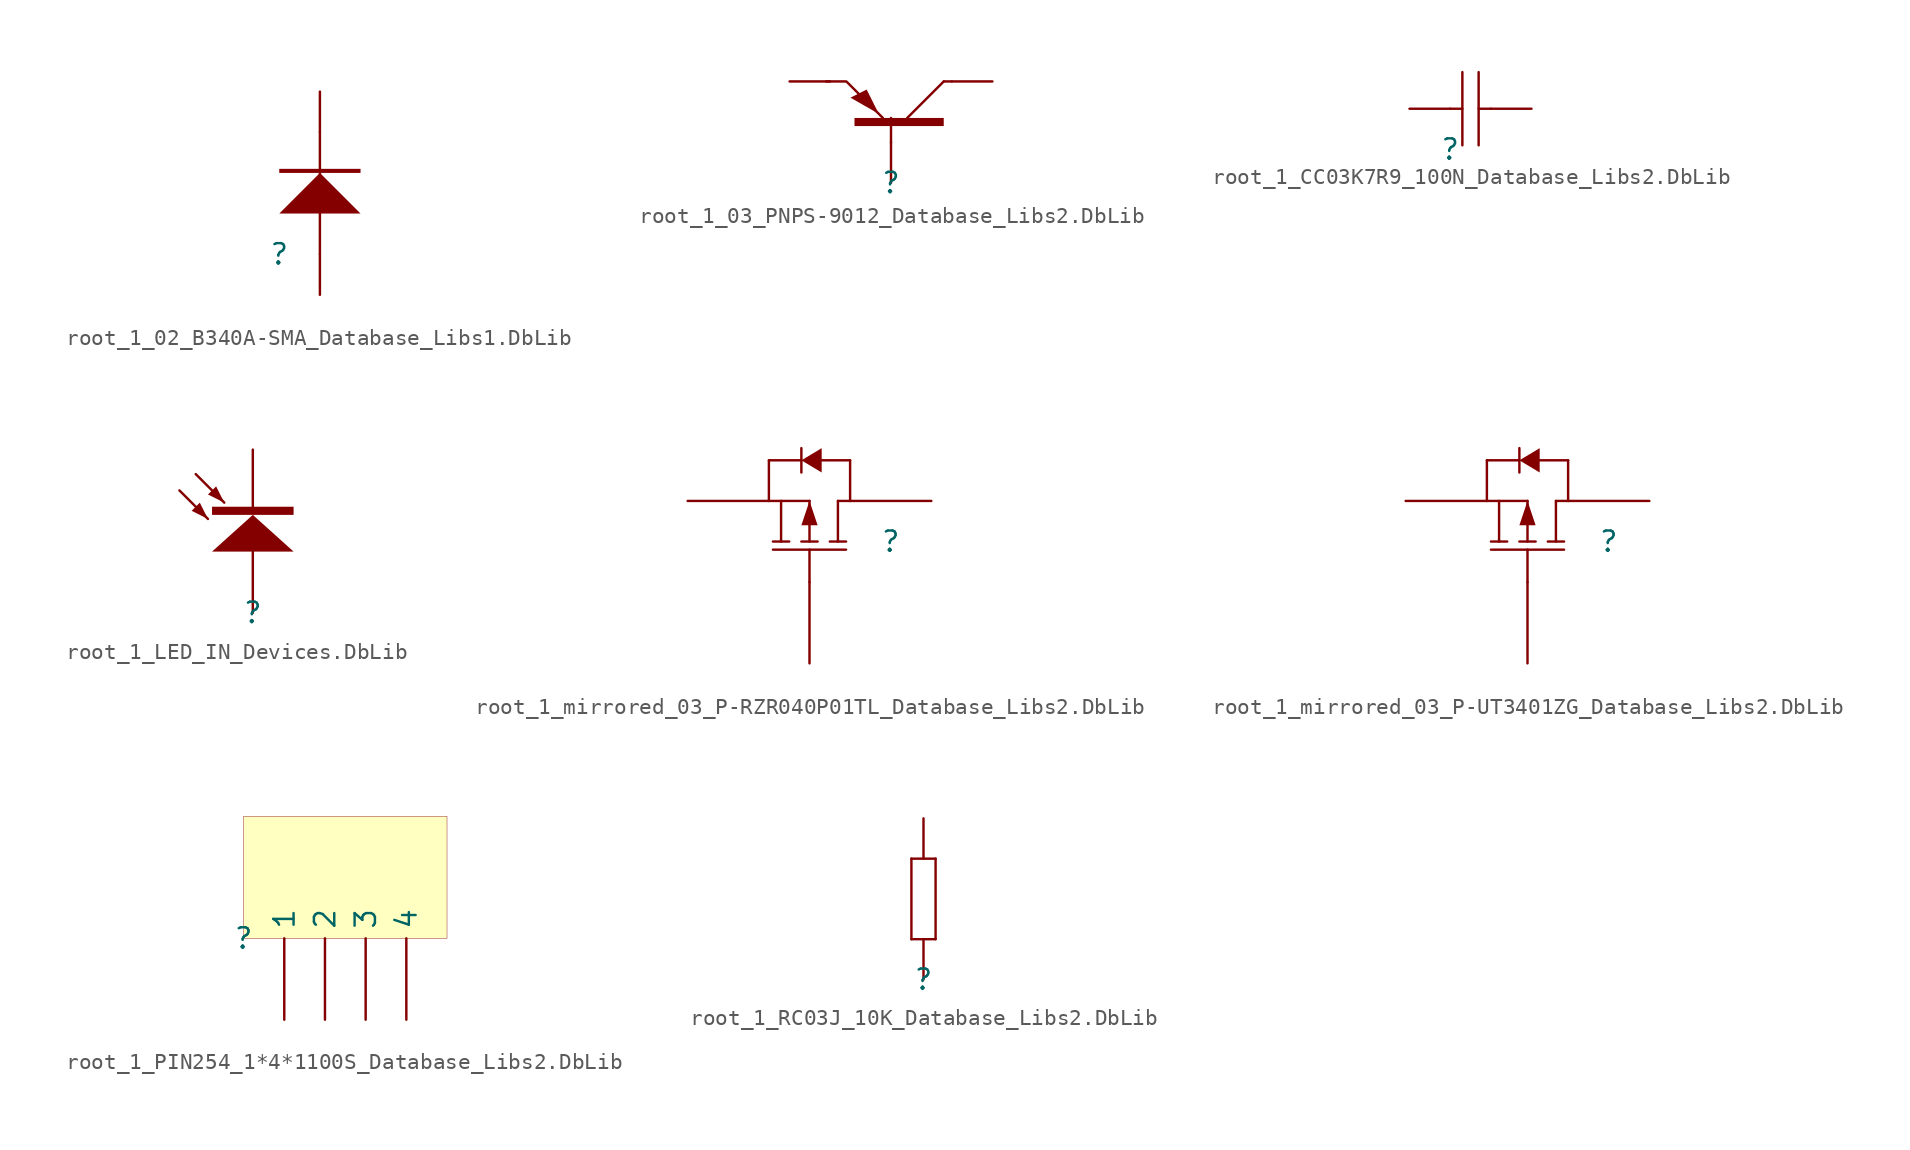
<source format=kicad_sym>
(kicad_symbol_lib
  (version 20241209)
  (generator "kicad_symbol_editor")
  (generator_version "9.0")
  (symbol "root_1_02_B340A-SMA_Database_Libs1.DbLib"
    (pin_numbers
      (hide yes))
    (pin_names
      (hide yes))
    (property "Reference" ""
      (at 0 0 0)
      (effects (font (size 1.27 1.27))))
    (property "Value" ""
      (at 0 0 0)
      (effects (font (size 1.27 1.27))))
    (symbol "root_1_02_B340A-SMA_Database_Libs1.DbLib_1_0"
      (polyline (pts (xy 0 2.54) (xy 2.54 5.08) (xy 5.08 2.54) (xy 0 2.54)) (stroke (width -0.0001) (type solid)) (fill (type outline)))
      (polyline (pts (xy 2.54 0) (xy 2.54 7.62)) (stroke (width 0) (type solid)) (fill (type none)))
      (polyline (pts (xy 5.08 5.08) (xy 5.08 5.334) (xy 0 5.334) (xy 0 5.08) (xy 5.08 5.08)) (stroke (width -0.0001) (type solid)) (fill (type outline)))
      (pin passive line (at 2.54 10.16 270) (length 2.54) (name "2" (effects (font (size 1.27 1.27)))) (number "2" (effects (font (size 1.27 1.27)))))
      (pin passive line (at 2.54 -2.54 90) (length 2.54) (name "1" (effects (font (size 1.27 1.27)))) (number "1" (effects (font (size 1.27 1.27)))))))
  (symbol "root_1_03_PNPS-9012_Database_Libs2.DbLib"
    (pin_numbers
      (hide yes))
    (pin_names
      (hide yes))
    (property "Reference" ""
      (at 0 0 0)
      (effects (font (size 1.27 1.27))))
    (property "Value" ""
      (at 0 0 0)
      (effects (font (size 1.27 1.27))))
    (symbol "root_1_03_PNPS-9012_Database_Libs2.DbLib_1_0"
      (polyline (pts (xy -0.762 4.318) (xy -2.54 5.334) (xy -1.524 5.842) (xy -0.762 4.318)) (stroke (width -0.0001) (type solid)) (fill (type outline)))
      (polyline (pts (xy -0.508 4.064) (xy -2.794 6.35) (xy -4.064 6.35)) (stroke (width 0) (type solid)) (fill (type none)))
      (polyline (pts (xy 0 2.54) (xy 0 4.064)) (stroke (width 0) (type solid)) (fill (type none)))
      (polyline (pts (xy 1.016 4.064) (xy 3.302 6.35)) (stroke (width 0) (type solid)) (fill (type none)))
      (polyline (pts (xy 3.302 6.35) (xy 3.81 6.35)) (stroke (width 0) (type solid)) (fill (type none)))
      (polyline (pts (xy 3.302 4.064) (xy 3.302 3.556) (xy -2.286 3.556) (xy -2.286 4.064) (xy 3.302 4.064)) (stroke (width -0.0001) (type solid)) (fill (type outline)))
      (pin passive line (at -6.35 6.35 0) (length 2.54) (name "E" (effects (font (size 1.27 1.27)))) (number "2" (effects (font (size 1.27 1.27)))))
      (pin passive line (at 0 0 90) (length 2.54) (name "B" (effects (font (size 1.27 1.27)))) (number "1" (effects (font (size 1.27 1.27)))))
      (pin passive line (at 6.35 6.35 180) (length 2.54) (name "C" (effects (font (size 1.27 1.27)))) (number "3" (effects (font (size 1.27 1.27)))))))
  (symbol "root_1_CC03K7R9_100N_Database_Libs2.DbLib"
    (pin_numbers
      (hide yes))
    (pin_names
      (hide yes))
    (property "Reference" ""
      (at 0 0 0)
      (effects (font (size 1.27 1.27))))
    (property "Value" ""
      (at 0 0 0)
      (effects (font (size 1.27 1.27))))
    (symbol "root_1_CC03K7R9_100N_Database_Libs2.DbLib_1_0"
      (polyline (pts (xy 0 2.54) (xy 0.762 2.54)) (stroke (width 0) (type solid)) (fill (type none)))
      (polyline (pts (xy 0.762 0.254) (xy 0.762 4.826)) (stroke (width 0) (type solid)) (fill (type none)))
      (polyline (pts (xy 1.778 2.54) (xy 2.54 2.54)) (stroke (width 0) (type solid)) (fill (type none)))
      (polyline (pts (xy 1.778 0.254) (xy 1.778 4.826)) (stroke (width 0) (type solid)) (fill (type none)))
      (pin passive line (at -2.54 2.54 0) (length 2.54) (name "1" (effects (font (size 1.27 1.27)))) (number "1" (effects (font (size 1.27 1.27)))))
      (pin passive line (at 5.08 2.54 180) (length 2.54) (name "2" (effects (font (size 1.27 1.27)))) (number "2" (effects (font (size 1.27 1.27)))))))
  (symbol "root_1_LED_IN_Devices.DbLib"
    (pin_numbers
      (hide yes))
    (pin_names
      (hide yes))
    (property "Reference" ""
      (at 0 0 0)
      (effects (font (size 1.27 1.27))))
    (property "Value" ""
      (at 0 0 0)
      (effects (font (size 1.27 1.27))))
    (symbol "root_1_LED_IN_Devices.DbLib_1_0"
      (polyline (pts (xy -4.572 7.62) (xy -2.794 5.842)) (stroke (width 0) (type solid)) (fill (type none)))
      (polyline (pts (xy -3.556 8.636) (xy -1.778 6.858)) (stroke (width 0) (type solid)) (fill (type none)))
      (polyline (pts (xy -2.794 5.842) (xy -3.302 6.858) (xy -3.81 6.35) (xy -2.794 5.842)) (stroke (width -0.0001) (type solid)) (fill (type outline)))
      (polyline (pts (xy -1.778 6.858) (xy -2.286 7.874) (xy -2.794 7.366) (xy -1.778 6.858)) (stroke (width -0.0001) (type solid)) (fill (type outline)))
      (rectangle (start 2.54 6.604) (end -2.54 6.096) (stroke (width -0.0001) (type solid)) (fill (type outline)))
      (polyline (pts (xy 2.54 3.81) (xy 0 6.096) (xy -2.54 3.81) (xy 2.54 3.81)) (stroke (width -0.0001) (type solid)) (fill (type outline)))
      (pin passive line (at 0 10.16 270) (length 3.81) (name "K" (effects (font (size 1.27 1.27)))) (number "2" (effects (font (size 1.27 1.27)))))
      (pin passive line (at 0 0 90) (length 3.81) (name "A" (effects (font (size 1.27 1.27)))) (number "1" (effects (font (size 1.27 1.27)))))))
  (symbol "root_1_mirrored_03_P-RZR040P01TL_Database_Libs2.DbLib"
    (pin_numbers
      (hide yes))
    (pin_names
      (hide yes))
    (property "Reference" ""
      (at 0 0 0)
      (effects (font (size 1.27 1.27))))
    (property "Value" ""
      (at 0 0 0)
      (effects (font (size 1.27 1.27))))
    (symbol "root_1_mirrored_03_P-RZR040P01TL_Database_Libs2.DbLib_1_0"
      (polyline (pts (xy -7.62 5.08) (xy -5.588 5.08)) (stroke (width 0) (type solid)) (fill (type none)))
      (polyline (pts (xy -7.62 2.54) (xy -7.62 5.08)) (stroke (width 0) (type solid)) (fill (type none)))
      (polyline (pts (xy -7.366 0) (xy -6.35 0)) (stroke (width 0) (type solid)) (fill (type none)))
      (polyline (pts (xy -6.858 2.54) (xy -6.858 0)) (stroke (width 0) (type solid)) (fill (type none)))
      (polyline (pts (xy -5.588 5.842) (xy -5.588 4.318)) (stroke (width 0) (type solid)) (fill (type none)))
      (polyline (pts (xy -5.588 5.08) (xy -4.318 5.842) (xy -4.318 4.318) (xy -5.588 5.08)) (stroke (width -0.0001) (type solid)) (fill (type outline)))
      (polyline (pts (xy -5.588 0) (xy -4.572 0)) (stroke (width 0) (type solid)) (fill (type none)))
      (polyline (pts (xy -5.08 2.54) (xy -7.62 2.54)) (stroke (width 0) (type solid)) (fill (type none)))
      (polyline (pts (xy -5.08 2.54) (xy -5.08 0)) (stroke (width 0) (type solid)) (fill (type none)))
      (polyline (pts (xy -5.08 2.54) (xy -4.572 1.016) (xy -5.588 1.016) (xy -5.08 2.54)) (stroke (width -0.0001) (type solid)) (fill (type outline)))
      (polyline (pts (xy -5.08 -2.54) (xy -5.08 -0.508)) (stroke (width 0) (type solid)) (fill (type none)))
      (polyline (pts (xy -3.302 2.54) (xy -3.302 0)) (stroke (width 0) (type solid)) (fill (type none)))
      (polyline (pts (xy -3.302 2.54) (xy -2.54 2.54)) (stroke (width 0) (type solid)) (fill (type none)))
      (polyline (pts (xy -2.794 0) (xy -3.81 0)) (stroke (width 0) (type solid)) (fill (type none)))
      (polyline (pts (xy -2.794 -0.508) (xy -7.366 -0.508)) (stroke (width 0) (type solid)) (fill (type none)))
      (polyline (pts (xy -2.54 5.08) (xy -4.318 5.08)) (stroke (width 0) (type solid)) (fill (type none)))
      (polyline (pts (xy -2.54 2.54) (xy -2.54 5.08)) (stroke (width 0) (type solid)) (fill (type none)))
      (pin passive line (at -12.7 2.54 0) (length 5.08) (name "S" (effects (font (size 1.27 1.27)))) (number "2" (effects (font (size 1.27 1.27)))))
      (pin passive line (at -5.08 -7.62 90) (length 5.08) (name "G" (effects (font (size 1.27 1.27)))) (number "1" (effects (font (size 1.27 1.27)))))
      (pin passive line (at 2.54 2.54 180) (length 5.08) (name "D" (effects (font (size 1.27 1.27)))) (number "3" (effects (font (size 1.27 1.27)))))))
  (symbol "root_1_mirrored_03_P-UT3401ZG_Database_Libs2.DbLib"
    (pin_numbers
      (hide yes))
    (pin_names
      (hide yes))
    (property "Reference" ""
      (at 0 0 0)
      (effects (font (size 1.27 1.27))))
    (property "Value" ""
      (at 0 0 0)
      (effects (font (size 1.27 1.27))))
    (symbol "root_1_mirrored_03_P-UT3401ZG_Database_Libs2.DbLib_1_0"
      (polyline (pts (xy -7.62 5.08) (xy -5.588 5.08)) (stroke (width 0) (type solid)) (fill (type none)))
      (polyline (pts (xy -7.62 2.54) (xy -7.62 5.08)) (stroke (width 0) (type solid)) (fill (type none)))
      (polyline (pts (xy -7.366 0) (xy -6.35 0)) (stroke (width 0) (type solid)) (fill (type none)))
      (polyline (pts (xy -6.858 2.54) (xy -6.858 0)) (stroke (width 0) (type solid)) (fill (type none)))
      (polyline (pts (xy -5.588 5.842) (xy -5.588 4.318)) (stroke (width 0) (type solid)) (fill (type none)))
      (polyline (pts (xy -5.588 5.08) (xy -4.318 5.842) (xy -4.318 4.318) (xy -5.588 5.08)) (stroke (width -0.0001) (type solid)) (fill (type outline)))
      (polyline (pts (xy -5.588 0) (xy -4.572 0)) (stroke (width 0) (type solid)) (fill (type none)))
      (polyline (pts (xy -5.08 2.54) (xy -7.62 2.54)) (stroke (width 0) (type solid)) (fill (type none)))
      (polyline (pts (xy -5.08 2.54) (xy -5.08 0)) (stroke (width 0) (type solid)) (fill (type none)))
      (polyline (pts (xy -5.08 2.54) (xy -4.572 1.016) (xy -5.588 1.016) (xy -5.08 2.54)) (stroke (width -0.0001) (type solid)) (fill (type outline)))
      (polyline (pts (xy -5.08 -2.54) (xy -5.08 -0.508)) (stroke (width 0) (type solid)) (fill (type none)))
      (polyline (pts (xy -3.302 2.54) (xy -3.302 0)) (stroke (width 0) (type solid)) (fill (type none)))
      (polyline (pts (xy -3.302 2.54) (xy -2.54 2.54)) (stroke (width 0) (type solid)) (fill (type none)))
      (polyline (pts (xy -2.794 0) (xy -3.81 0)) (stroke (width 0) (type solid)) (fill (type none)))
      (polyline (pts (xy -2.794 -0.508) (xy -7.366 -0.508)) (stroke (width 0) (type solid)) (fill (type none)))
      (polyline (pts (xy -2.54 5.08) (xy -4.318 5.08)) (stroke (width 0) (type solid)) (fill (type none)))
      (polyline (pts (xy -2.54 2.54) (xy -2.54 5.08)) (stroke (width 0) (type solid)) (fill (type none)))
      (pin passive line (at -12.7 2.54 0) (length 5.08) (name "S" (effects (font (size 1.27 1.27)))) (number "2" (effects (font (size 1.27 1.27)))))
      (pin passive line (at -5.08 -7.62 90) (length 5.08) (name "G" (effects (font (size 1.27 1.27)))) (number "1" (effects (font (size 1.27 1.27)))))
      (pin passive line (at 2.54 2.54 180) (length 5.08) (name "D" (effects (font (size 1.27 1.27)))) (number "3" (effects (font (size 1.27 1.27)))))))
  (symbol "root_1_PIN254_1*4*1100S_Database_Libs2.DbLib"
    (pin_numbers
      (hide yes))
    (property "Reference" ""
      (at 0 0 0)
      (effects (font (size 1.27 1.27))))
    (property "Value" ""
      (at 0 0 0)
      (effects (font (size 1.27 1.27))))
    (symbol "root_1_PIN254_1*4*1100S_Database_Libs2.DbLib_1_0"
      (rectangle (start 12.7 7.62) (end 0 0) (stroke (width 0.025) (type solid) (color 128 0 0 1)) (fill (type background)))
      (pin passive line (at 2.54 -5.08 90) (length 5.08) (name "1" (effects (font (size 1.27 1.27)))) (number "1" (effects (font (size 1.27 1.27)))))
      (pin passive line (at 5.08 -5.08 90) (length 5.08) (name "2" (effects (font (size 1.27 1.27)))) (number "2" (effects (font (size 1.27 1.27)))))
      (pin passive line (at 7.62 -5.08 90) (length 5.08) (name "3" (effects (font (size 1.27 1.27)))) (number "3" (effects (font (size 1.27 1.27)))))
      (pin passive line (at 10.16 -5.08 90) (length 5.08) (name "4" (effects (font (size 1.27 1.27)))) (number "4" (effects (font (size 1.27 1.27)))))))
  (symbol "root_1_RC03J_10K_Database_Libs2.DbLib"
    (pin_numbers
      (hide yes))
    (pin_names
      (hide yes))
    (property "Reference" ""
      (at 0 0 0)
      (effects (font (size 1.27 1.27))))
    (property "Value" ""
      (at 0 0 0)
      (effects (font (size 1.27 1.27))))
    (symbol "root_1_RC03J_10K_Database_Libs2.DbLib_1_0"
      (polyline (pts (xy -0.762 7.62) (xy 0.762 7.62)) (stroke (width 0) (type solid)) (fill (type none)))
      (polyline (pts (xy -0.762 2.54) (xy -0.762 7.62)) (stroke (width 0) (type solid)) (fill (type none)))
      (polyline (pts (xy -0.762 2.54) (xy 0.762 2.54)) (stroke (width 0) (type solid)) (fill (type none)))
      (polyline (pts (xy 0.762 2.54) (xy 0.762 7.62)) (stroke (width 0) (type solid)) (fill (type none)))
      (pin passive line (at 0 10.16 270) (length 2.54) (name "2" (effects (font (size 1.27 1.27)))) (number "2" (effects (font (size 1.27 1.27)))))
      (pin passive line (at 0 0 90) (length 2.54) (name "1" (effects (font (size 1.27 1.27)))) (number "1" (effects (font (size 1.27 1.27))))))))
</source>
